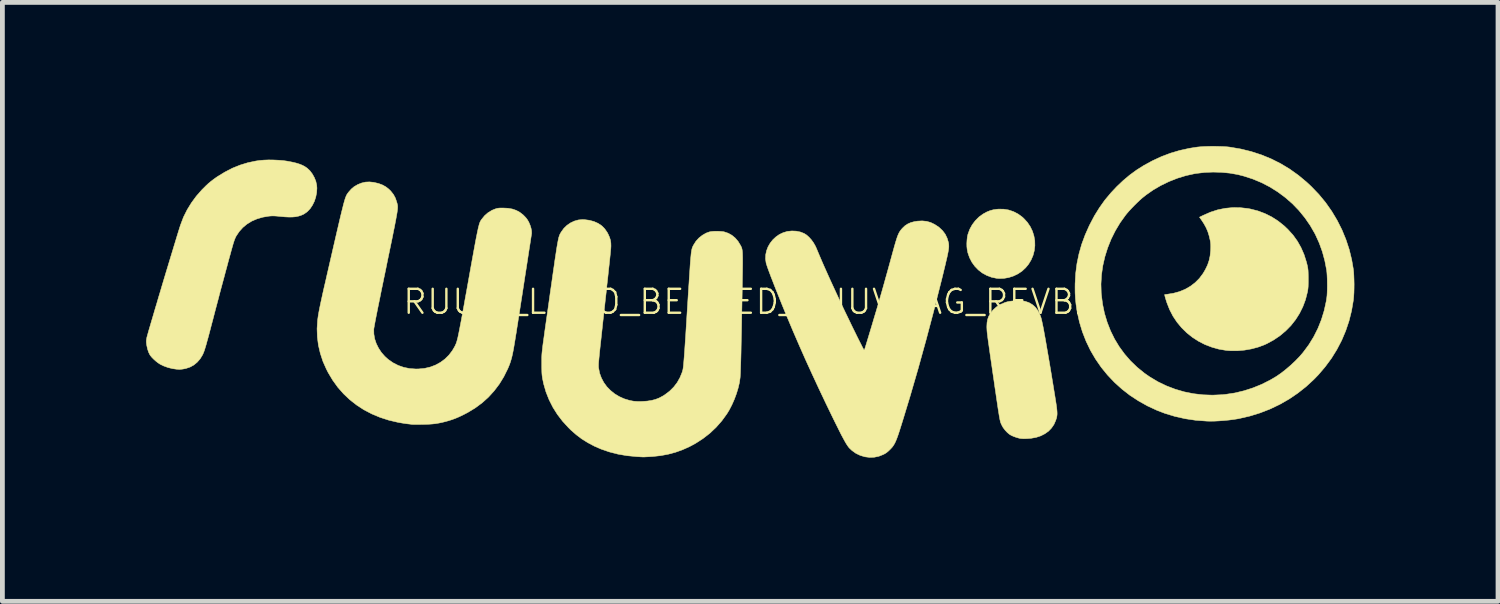
<source format=kicad_pcb>
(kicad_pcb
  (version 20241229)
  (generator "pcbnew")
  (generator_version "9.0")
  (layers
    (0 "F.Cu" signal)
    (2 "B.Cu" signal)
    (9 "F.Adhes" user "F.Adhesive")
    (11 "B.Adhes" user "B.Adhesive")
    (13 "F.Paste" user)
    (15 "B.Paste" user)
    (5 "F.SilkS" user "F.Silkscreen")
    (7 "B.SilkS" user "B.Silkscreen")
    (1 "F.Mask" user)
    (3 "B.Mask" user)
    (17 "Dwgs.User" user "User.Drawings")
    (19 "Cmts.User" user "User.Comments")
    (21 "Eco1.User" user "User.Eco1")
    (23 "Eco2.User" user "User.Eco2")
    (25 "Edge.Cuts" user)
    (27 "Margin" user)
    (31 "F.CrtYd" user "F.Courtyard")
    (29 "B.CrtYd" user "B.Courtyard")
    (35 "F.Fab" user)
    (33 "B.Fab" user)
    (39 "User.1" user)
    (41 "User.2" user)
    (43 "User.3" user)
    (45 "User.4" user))
  (footprint "RUUVI_LOGO_BENDED_RUUVITAG_REVB2"
    (layer "F.Cu")
    (at 12.615 3.251)
    (property "Reference" "RUUVI_LOGO_BENDED_RUUVITAG_REVB2" (at 0 0 0) (layer "F.SilkS") (effects (font (size 0.5 0.5) (thickness 0.05))))
    (attr through_hole)
    (fp_poly (pts (xy 5.289 -1.934) (xy 5.394 -1.917) (xy 5.495 -1.883) (xy 5.59 -1.834) (xy 5.678 -1.77) (xy 5.71 -1.741) (xy 5.785 -1.659) (xy 5.845 -1.57) (xy 5.891 -1.475) (xy 5.922 -1.376) (xy 5.94 -1.275) (xy 5.942 -1.172) (xy 5.93 -1.069) (xy 5.904 -0.969) (xy 5.863 -0.873) (xy 5.807 -0.781) (xy 5.748 -0.71) (xy 5.674 -0.641) (xy 5.589 -0.584) (xy 5.496 -0.539) (xy 5.397 -0.507) (xy 5.296 -0.489) (xy 5.194 -0.486) (xy 5.139 -0.491) (xy 5.033 -0.514) (xy 4.934 -0.552) (xy 4.842 -0.603) (xy 4.76 -0.667) (xy 4.687 -0.743) (xy 4.626 -0.828) (xy 4.577 -0.923) (xy 4.542 -1.025) (xy 4.528 -1.096) (xy 4.522 -1.153) (xy 4.521 -1.22) (xy 4.525 -1.289) (xy 4.532 -1.354) (xy 4.544 -1.41) (xy 4.545 -1.412) (xy 4.582 -1.514) (xy 4.634 -1.609) (xy 4.699 -1.695) (xy 4.775 -1.771) (xy 4.862 -1.834) (xy 4.937 -1.875) (xy 5.006 -1.903) (xy 5.072 -1.921) (xy 5.145 -1.932) (xy 5.181 -1.935) (xy 5.289 -1.934)) (stroke (width 0.01) (type solid)) (fill yes) (layer "F.SilkS"))
    (fp_poly (pts (xy 10.231 -1.965) (xy 10.392 -1.947) (xy 10.444 -1.937) (xy 10.597 -1.898) (xy 10.744 -1.843) (xy 10.885 -1.773) (xy 11.018 -1.688) (xy 11.145 -1.587) (xy 11.224 -1.512) (xy 11.331 -1.394) (xy 11.423 -1.266) (xy 11.5 -1.129) (xy 11.563 -0.984) (xy 11.612 -0.829) (xy 11.631 -0.753) (xy 11.637 -0.721) (xy 11.642 -0.69) (xy 11.646 -0.657) (xy 11.648 -0.62) (xy 11.649 -0.575) (xy 11.65 -0.519) (xy 11.65 -0.478) (xy 11.65 -0.413) (xy 11.649 -0.361) (xy 11.648 -0.32) (xy 11.645 -0.284) (xy 11.641 -0.252) (xy 11.636 -0.219) (xy 11.631 -0.197) (xy 11.592 -0.044) (xy 11.537 0.103) (xy 11.468 0.242) (xy 11.385 0.373) (xy 11.289 0.495) (xy 11.18 0.606) (xy 11.06 0.707) (xy 10.929 0.796) (xy 10.788 0.873) (xy 10.731 0.899) (xy 10.601 0.947) (xy 10.462 0.984) (xy 10.318 1.009) (xy 10.173 1.022) (xy 10.031 1.022) (xy 9.939 1.015) (xy 9.784 0.989) (xy 9.635 0.947) (xy 9.492 0.892) (xy 9.356 0.822) (xy 9.229 0.74) (xy 9.112 0.646) (xy 9.005 0.541) (xy 8.909 0.425) (xy 8.825 0.299) (xy 8.755 0.164) (xy 8.699 0.021) (xy 8.697 0.015) (xy 8.683 -0.028) (xy 8.671 -0.068) (xy 8.662 -0.1) (xy 8.656 -0.121) (xy 8.656 -0.124) (xy 8.651 -0.151) (xy 8.699 -0.156) (xy 8.835 -0.178) (xy 8.963 -0.213) (xy 9.081 -0.262) (xy 9.19 -0.325) (xy 9.288 -0.4) (xy 9.376 -0.488) (xy 9.452 -0.589) (xy 9.501 -0.672) (xy 9.547 -0.767) (xy 9.579 -0.861) (xy 9.6 -0.958) (xy 9.611 -1.064) (xy 9.612 -1.088) (xy 9.614 -1.146) (xy 9.613 -1.192) (xy 9.61 -1.231) (xy 9.605 -1.269) (xy 9.603 -1.278) (xy 9.58 -1.377) (xy 9.553 -1.464) (xy 9.519 -1.544) (xy 9.476 -1.623) (xy 9.433 -1.69) (xy 9.379 -1.767) (xy 9.459 -1.806) (xy 9.61 -1.872) (xy 9.762 -1.921) (xy 9.917 -1.952) (xy 10.073 -1.967) (xy 10.231 -1.965)) (stroke (width 0.01) (type solid)) (fill yes) (layer "F.SilkS"))
    (fp_poly (pts (xy 5.649 -0.02) (xy 5.7 -0.016) (xy 5.738 -0.01) (xy 5.82 0.018) (xy 5.891 0.06) (xy 5.952 0.114) (xy 6.004 0.183) (xy 6.046 0.265) (xy 6.065 0.315) (xy 6.072 0.339) (xy 6.081 0.371) (xy 6.09 0.413) (xy 6.101 0.465) (xy 6.114 0.527) (xy 6.128 0.6) (xy 6.143 0.685) (xy 6.161 0.782) (xy 6.18 0.892) (xy 6.201 1.015) (xy 6.225 1.153) (xy 6.251 1.305) (xy 6.279 1.473) (xy 6.309 1.657) (xy 6.318 1.71) (xy 6.337 1.828) (xy 6.354 1.93) (xy 6.368 2.019) (xy 6.38 2.095) (xy 6.39 2.16) (xy 6.397 2.214) (xy 6.402 2.26) (xy 6.405 2.299) (xy 6.406 2.332) (xy 6.405 2.36) (xy 6.402 2.385) (xy 6.398 2.408) (xy 6.393 2.43) (xy 6.385 2.453) (xy 6.378 2.475) (xy 6.341 2.56) (xy 6.29 2.635) (xy 6.227 2.701) (xy 6.151 2.755) (xy 6.065 2.799) (xy 5.968 2.831) (xy 5.862 2.85) (xy 5.772 2.857) (xy 5.7 2.858) (xy 5.643 2.854) (xy 5.616 2.849) (xy 5.559 2.833) (xy 5.502 2.813) (xy 5.452 2.791) (xy 5.414 2.769) (xy 5.367 2.73) (xy 5.32 2.68) (xy 5.279 2.626) (xy 5.253 2.579) (xy 5.247 2.566) (xy 5.241 2.554) (xy 5.236 2.543) (xy 5.231 2.531) (xy 5.226 2.517) (xy 5.221 2.5) (xy 5.217 2.481) (xy 5.211 2.457) (xy 5.206 2.427) (xy 5.199 2.391) (xy 5.192 2.348) (xy 5.184 2.297) (xy 5.174 2.237) (xy 5.164 2.167) (xy 5.152 2.087) (xy 5.138 1.994) (xy 5.123 1.888) (xy 5.105 1.769) (xy 5.086 1.635) (xy 5.064 1.486) (xy 5.057 1.439) (xy 5.038 1.304) (xy 5.02 1.184) (xy 5.005 1.079) (xy 4.992 0.987) (xy 4.981 0.908) (xy 4.971 0.84) (xy 4.963 0.781) (xy 4.957 0.732) (xy 4.952 0.69) (xy 4.947 0.655) (xy 4.944 0.625) (xy 4.942 0.6) (xy 4.941 0.578) (xy 4.94 0.558) (xy 4.939 0.539) (xy 4.939 0.519) (xy 4.939 0.512) (xy 4.943 0.435) (xy 4.955 0.368) (xy 4.977 0.306) (xy 5.011 0.246) (xy 5.011 0.245) (xy 5.069 0.171) (xy 5.14 0.107) (xy 5.223 0.055) (xy 5.317 0.015) (xy 5.37 -0.001) (xy 5.413 -0.009) (xy 5.467 -0.016) (xy 5.528 -0.02) (xy 5.59 -0.021) (xy 5.649 -0.02)) (stroke (width 0.01) (type solid)) (fill yes) (layer "F.SilkS"))
    (fp_poly (pts (xy -9.957 -2.961) (xy -9.852 -2.956) (xy -9.751 -2.948) (xy -9.661 -2.935) (xy -9.657 -2.934) (xy -9.563 -2.916) (xy -9.483 -2.897) (xy -9.415 -2.876) (xy -9.357 -2.853) (xy -9.306 -2.827) (xy -9.26 -2.796) (xy -9.254 -2.792) (xy -9.196 -2.738) (xy -9.145 -2.671) (xy -9.103 -2.596) (xy -9.071 -2.517) (xy -9.053 -2.436) (xy -9.048 -2.374) (xy -9.054 -2.278) (xy -9.073 -2.184) (xy -9.102 -2.096) (xy -9.142 -2.016) (xy -9.19 -1.944) (xy -9.247 -1.884) (xy -9.31 -1.838) (xy -9.331 -1.826) (xy -9.382 -1.804) (xy -9.434 -1.788) (xy -9.492 -1.776) (xy -9.556 -1.77) (xy -9.63 -1.769) (xy -9.715 -1.773) (xy -9.814 -1.782) (xy -9.826 -1.783) (xy -9.884 -1.789) (xy -9.93 -1.792) (xy -9.968 -1.793) (xy -10.004 -1.792) (xy -10.041 -1.789) (xy -10.052 -1.788) (xy -10.181 -1.766) (xy -10.3 -1.731) (xy -10.409 -1.684) (xy -10.508 -1.623) (xy -10.595 -1.551) (xy -10.671 -1.466) (xy -10.735 -1.37) (xy -10.739 -1.363) (xy -10.752 -1.335) (xy -10.768 -1.297) (xy -10.783 -1.253) (xy -10.794 -1.219) (xy -10.803 -1.188) (xy -10.816 -1.142) (xy -10.833 -1.082) (xy -10.852 -1.011) (xy -10.875 -0.929) (xy -10.9 -0.838) (xy -10.926 -0.739) (xy -10.955 -0.633) (xy -10.984 -0.523) (xy -11.015 -0.409) (xy -11.046 -0.294) (xy -11.077 -0.178) (xy -11.107 -0.062) (xy -11.137 0.051) (xy -11.166 0.16) (xy -11.193 0.264) (xy -11.214 0.346) (xy -11.247 0.47) (xy -11.275 0.578) (xy -11.3 0.673) (xy -11.322 0.755) (xy -11.342 0.825) (xy -11.358 0.885) (xy -11.373 0.935) (xy -11.386 0.978) (xy -11.397 1.013) (xy -11.408 1.043) (xy -11.418 1.068) (xy -11.427 1.089) (xy -11.434 1.105) (xy -11.485 1.189) (xy -11.546 1.26) (xy -11.617 1.319) (xy -11.697 1.363) (xy -11.786 1.393) (xy -11.844 1.404) (xy -11.877 1.408) (xy -11.905 1.411) (xy -11.922 1.412) (xy -11.924 1.412) (xy -11.941 1.41) (xy -11.967 1.408) (xy -11.976 1.408) (xy -12.066 1.395) (xy -12.158 1.372) (xy -12.245 1.341) (xy -12.323 1.303) (xy -12.326 1.301) (xy -12.368 1.273) (xy -12.414 1.237) (xy -12.458 1.197) (xy -12.498 1.156) (xy -12.528 1.119) (xy -12.534 1.11) (xy -12.562 1.054) (xy -12.585 0.985) (xy -12.602 0.905) (xy -12.604 0.891) (xy -12.609 0.852) (xy -12.61 0.82) (xy -12.607 0.789) (xy -12.6 0.749) (xy -12.6 0.748) (xy -12.595 0.729) (xy -12.586 0.696) (xy -12.573 0.649) (xy -12.556 0.589) (xy -12.535 0.518) (xy -12.511 0.436) (xy -12.484 0.345) (xy -12.455 0.246) (xy -12.424 0.14) (xy -12.39 0.028) (xy -12.356 -0.089) (xy -12.32 -0.208) (xy -12.284 -0.33) (xy -12.247 -0.454) (xy -12.21 -0.577) (xy -12.173 -0.699) (xy -12.137 -0.818) (xy -12.102 -0.934) (xy -12.068 -1.045) (xy -12.036 -1.151) (xy -12.006 -1.249) (xy -11.979 -1.339) (xy -11.954 -1.42) (xy -11.932 -1.491) (xy -11.914 -1.549) (xy -11.899 -1.595) (xy -11.893 -1.612) (xy -11.834 -1.768) (xy -11.758 -1.92) (xy -11.668 -2.067) (xy -11.565 -2.207) (xy -11.45 -2.338) (xy -11.426 -2.362) (xy -11.365 -2.423) (xy -11.31 -2.474) (xy -11.256 -2.518) (xy -11.2 -2.561) (xy -11.138 -2.605) (xy -11.126 -2.613) (xy -10.969 -2.709) (xy -10.812 -2.79) (xy -10.653 -2.854) (xy -10.49 -2.904) (xy -10.323 -2.939) (xy -10.248 -2.95) (xy -10.16 -2.958) (xy -10.061 -2.962) (xy -9.957 -2.961)) (stroke (width 0.01) (type solid)) (fill yes) (layer "F.SilkS"))
    (fp_poly (pts (xy 3.68 -1.68) (xy 3.766 -1.656) (xy 3.849 -1.616) (xy 3.933 -1.561) (xy 3.946 -1.55) (xy 4.015 -1.485) (xy 4.07 -1.412) (xy 4.11 -1.329) (xy 4.136 -1.243) (xy 4.14 -1.223) (xy 4.143 -1.204) (xy 4.144 -1.183) (xy 4.145 -1.161) (xy 4.144 -1.136) (xy 4.141 -1.107) (xy 4.136 -1.073) (xy 4.129 -1.032) (xy 4.119 -0.984) (xy 4.107 -0.927) (xy 4.091 -0.86) (xy 4.073 -0.781) (xy 4.051 -0.691) (xy 4.026 -0.587) (xy 3.997 -0.469) (xy 3.978 -0.394) (xy 3.827 0.205) (xy 3.669 0.801) (xy 3.506 1.39) (xy 3.338 1.968) (xy 3.203 2.412) (xy 3.169 2.522) (xy 3.139 2.618) (xy 3.113 2.7) (xy 3.09 2.77) (xy 3.069 2.829) (xy 3.05 2.879) (xy 3.032 2.921) (xy 3.015 2.956) (xy 2.997 2.987) (xy 2.98 3.013) (xy 2.961 3.038) (xy 2.94 3.061) (xy 2.917 3.085) (xy 2.916 3.086) (xy 2.878 3.122) (xy 2.845 3.149) (xy 2.811 3.171) (xy 2.776 3.189) (xy 2.685 3.225) (xy 2.59 3.245) (xy 2.493 3.249) (xy 2.398 3.237) (xy 2.395 3.237) (xy 2.295 3.207) (xy 2.205 3.164) (xy 2.124 3.106) (xy 2.069 3.054) (xy 2.052 3.034) (xy 2.034 3.009) (xy 2.014 2.979) (xy 1.991 2.942) (xy 1.966 2.897) (xy 1.937 2.844) (xy 1.903 2.781) (xy 1.865 2.706) (xy 1.822 2.619) (xy 1.772 2.519) (xy 1.732 2.438) (xy 1.577 2.118) (xy 1.431 1.81) (xy 1.291 1.509) (xy 1.156 1.213) (xy 1.026 0.919) (xy 0.898 0.624) (xy 0.774 0.329) (xy 0.726 0.214) (xy 0.679 0.1) (xy 0.633 -0.014) (xy 0.589 -0.125) (xy 0.546 -0.232) (xy 0.505 -0.335) (xy 0.468 -0.431) (xy 0.433 -0.52) (xy 0.403 -0.6) (xy 0.377 -0.67) (xy 0.356 -0.729) (xy 0.341 -0.775) (xy 0.331 -0.807) (xy 0.33 -0.813) (xy 0.318 -0.898) (xy 0.322 -0.983) (xy 0.34 -1.067) (xy 0.371 -1.148) (xy 0.415 -1.224) (xy 0.469 -1.293) (xy 0.534 -1.354) (xy 0.606 -1.405) (xy 0.686 -1.443) (xy 0.773 -1.469) (xy 0.779 -1.47) (xy 0.869 -1.479) (xy 0.96 -1.475) (xy 1.047 -1.457) (xy 1.126 -1.426) (xy 1.127 -1.425) (xy 1.177 -1.393) (xy 1.228 -1.347) (xy 1.278 -1.291) (xy 1.322 -1.229) (xy 1.36 -1.162) (xy 1.376 -1.127) (xy 1.415 -1.034) (xy 1.455 -0.94) (xy 1.496 -0.844) (xy 1.54 -0.743) (xy 1.588 -0.636) (xy 1.639 -0.522) (xy 1.695 -0.399) (xy 1.757 -0.265) (xy 1.825 -0.118) (xy 1.87 -0.021) (xy 1.906 0.055) (xy 1.944 0.136) (xy 1.984 0.22) (xy 2.026 0.306) (xy 2.068 0.393) (xy 2.109 0.479) (xy 2.15 0.563) (xy 2.19 0.644) (xy 2.227 0.72) (xy 2.262 0.79) (xy 2.294 0.853) (xy 2.321 0.906) (xy 2.343 0.95) (xy 2.361 0.982) (xy 2.372 1.002) (xy 2.376 1.007) (xy 2.382 1) (xy 2.391 0.98) (xy 2.4 0.952) (xy 2.401 0.95) (xy 2.453 0.779) (xy 2.501 0.62) (xy 2.546 0.471) (xy 2.588 0.329) (xy 2.629 0.193) (xy 2.668 0.06) (xy 2.706 -0.073) (xy 2.745 -0.207) (xy 2.784 -0.345) (xy 2.824 -0.489) (xy 2.867 -0.642) (xy 2.912 -0.805) (xy 2.96 -0.981) (xy 2.987 -1.079) (xy 3.012 -1.169) (xy 3.034 -1.244) (xy 3.053 -1.306) (xy 3.07 -1.357) (xy 3.087 -1.4) (xy 3.103 -1.435) (xy 3.12 -1.465) (xy 3.139 -1.492) (xy 3.16 -1.518) (xy 3.174 -1.534) (xy 3.228 -1.586) (xy 3.287 -1.625) (xy 3.352 -1.654) (xy 3.427 -1.674) (xy 3.492 -1.684) (xy 3.589 -1.689) (xy 3.68 -1.68)) (stroke (width 0.01) (type solid)) (fill yes) (layer "F.SilkS"))
    (fp_poly (pts (xy 9.726 -3.245) (xy 9.812 -3.243) (xy 9.893 -3.24) (xy 9.963 -3.235) (xy 10.008 -3.23) (xy 10.237 -3.191) (xy 10.458 -3.137) (xy 10.671 -3.068) (xy 10.876 -2.984) (xy 11.073 -2.885) (xy 11.262 -2.771) (xy 11.443 -2.642) (xy 11.616 -2.498) (xy 11.714 -2.406) (xy 11.87 -2.244) (xy 12.012 -2.072) (xy 12.14 -1.89) (xy 12.253 -1.701) (xy 12.352 -1.505) (xy 12.436 -1.301) (xy 12.505 -1.092) (xy 12.557 -0.878) (xy 12.591 -0.681) (xy 12.598 -0.618) (xy 12.602 -0.542) (xy 12.605 -0.458) (xy 12.607 -0.369) (xy 12.606 -0.279) (xy 12.604 -0.192) (xy 12.599 -0.113) (xy 12.593 -0.046) (xy 12.591 -0.03) (xy 12.554 0.188) (xy 12.501 0.4) (xy 12.432 0.605) (xy 12.348 0.804) (xy 12.248 0.996) (xy 12.134 1.18) (xy 12.004 1.356) (xy 11.86 1.525) (xy 11.766 1.622) (xy 11.603 1.772) (xy 11.429 1.909) (xy 11.246 2.033) (xy 11.053 2.143) (xy 10.852 2.239) (xy 10.644 2.32) (xy 10.43 2.386) (xy 10.209 2.437) (xy 10.185 2.442) (xy 10.095 2.456) (xy 9.996 2.469) (xy 9.891 2.479) (xy 9.786 2.487) (xy 9.685 2.492) (xy 9.592 2.493) (xy 9.53 2.491) (xy 9.301 2.474) (xy 9.08 2.441) (xy 8.866 2.393) (xy 8.658 2.33) (xy 8.493 2.267) (xy 8.294 2.175) (xy 8.105 2.069) (xy 7.926 1.952) (xy 7.759 1.822) (xy 7.603 1.681) (xy 7.459 1.529) (xy 7.327 1.367) (xy 7.209 1.196) (xy 7.103 1.015) (xy 7.012 0.826) (xy 6.935 0.629) (xy 6.873 0.425) (xy 6.826 0.215) (xy 6.819 0.174) (xy 6.801 0.051) (xy 6.789 -0.065) (xy 6.782 -0.183) (xy 6.781 -0.308) (xy 6.782 -0.372) (xy 7.322 -0.372) (xy 7.327 -0.182) (xy 7.33 -0.152) (xy 7.355 0.047) (xy 7.395 0.24) (xy 7.451 0.426) (xy 7.521 0.605) (xy 7.605 0.776) (xy 7.703 0.938) (xy 7.815 1.091) (xy 7.94 1.235) (xy 8.078 1.368) (xy 8.228 1.49) (xy 8.342 1.569) (xy 8.511 1.67) (xy 8.688 1.755) (xy 8.871 1.825) (xy 9.059 1.88) (xy 9.253 1.919) (xy 9.45 1.942) (xy 9.651 1.949) (xy 9.856 1.94) (xy 9.923 1.933) (xy 10.116 1.904) (xy 10.308 1.858) (xy 10.497 1.797) (xy 10.681 1.722) (xy 10.857 1.633) (xy 10.981 1.56) (xy 11.08 1.492) (xy 11.182 1.412) (xy 11.284 1.325) (xy 11.382 1.233) (xy 11.471 1.141) (xy 11.542 1.058) (xy 11.661 0.898) (xy 11.764 0.73) (xy 11.852 0.555) (xy 11.925 0.372) (xy 11.983 0.182) (xy 12.026 -0.015) (xy 12.037 -0.089) (xy 12.042 -0.134) (xy 12.045 -0.192) (xy 12.047 -0.259) (xy 12.048 -0.333) (xy 12.047 -0.408) (xy 12.046 -0.482) (xy 12.043 -0.551) (xy 12.039 -0.611) (xy 12.034 -0.658) (xy 12.033 -0.663) (xy 11.995 -0.859) (xy 11.944 -1.047) (xy 11.879 -1.227) (xy 11.8 -1.401) (xy 11.79 -1.421) (xy 11.691 -1.593) (xy 11.579 -1.755) (xy 11.455 -1.907) (xy 11.319 -2.048) (xy 11.171 -2.177) (xy 11.014 -2.294) (xy 10.848 -2.398) (xy 10.674 -2.488) (xy 10.492 -2.564) (xy 10.303 -2.625) (xy 10.178 -2.657) (xy 10.013 -2.686) (xy 9.84 -2.703) (xy 9.664 -2.708) (xy 9.489 -2.701) (xy 9.318 -2.681) (xy 9.273 -2.674) (xy 9.093 -2.634) (xy 8.914 -2.579) (xy 8.74 -2.51) (xy 8.571 -2.428) (xy 8.41 -2.334) (xy 8.26 -2.229) (xy 8.185 -2.169) (xy 8.135 -2.125) (xy 8.08 -2.073) (xy 8.022 -2.016) (xy 7.965 -1.957) (xy 7.911 -1.899) (xy 7.865 -1.846) (xy 7.836 -1.81) (xy 7.721 -1.65) (xy 7.62 -1.481) (xy 7.533 -1.306) (xy 7.461 -1.125) (xy 7.403 -0.94) (xy 7.36 -0.752) (xy 7.333 -0.562) (xy 7.322 -0.372) (xy 6.782 -0.372) (xy 6.782 -0.379) (xy 6.794 -0.593) (xy 6.821 -0.8) (xy 6.863 -1.001) (xy 6.919 -1.2) (xy 6.992 -1.397) (xy 7.08 -1.595) (xy 7.089 -1.612) (xy 7.185 -1.795) (xy 7.29 -1.964) (xy 7.403 -2.123) (xy 7.529 -2.274) (xy 7.651 -2.404) (xy 7.786 -2.532) (xy 7.922 -2.646) (xy 8.064 -2.75) (xy 8.214 -2.845) (xy 8.377 -2.934) (xy 8.4 -2.946) (xy 8.586 -3.032) (xy 8.774 -3.103) (xy 8.966 -3.16) (xy 9.166 -3.204) (xy 9.331 -3.23) (xy 9.392 -3.236) (xy 9.466 -3.241) (xy 9.549 -3.244) (xy 9.637 -3.246) (xy 9.726 -3.245)) (stroke (width 0.01) (type solid)) (fill yes) (layer "F.SilkS"))
    (fp_poly (pts (xy -3.47 -1.716) (xy -3.361 -1.702) (xy -3.264 -1.676) (xy -3.178 -1.638) (xy -3.103 -1.588) (xy -3.04 -1.525) (xy -2.987 -1.449) (xy -2.968 -1.413) (xy -2.939 -1.348) (xy -2.92 -1.288) (xy -2.911 -1.229) (xy -2.909 -1.163) (xy -2.912 -1.109) (xy -2.915 -1.081) (xy -2.918 -1.047) (xy -2.922 -1.005) (xy -2.927 -0.956) (xy -2.933 -0.899) (xy -2.94 -0.833) (xy -2.948 -0.756) (xy -2.958 -0.67) (xy -2.968 -0.572) (xy -2.98 -0.462) (xy -2.994 -0.339) (xy -3.008 -0.203) (xy -3.025 -0.053) (xy -3.043 0.112) (xy -3.063 0.293) (xy -3.078 0.423) (xy -3.093 0.565) (xy -3.107 0.691) (xy -3.119 0.802) (xy -3.13 0.899) (xy -3.139 0.984) (xy -3.147 1.057) (xy -3.153 1.12) (xy -3.158 1.172) (xy -3.162 1.217) (xy -3.166 1.253) (xy -3.168 1.284) (xy -3.169 1.308) (xy -3.169 1.329) (xy -3.169 1.346) (xy -3.169 1.36) (xy -3.168 1.373) (xy -3.166 1.384) (xy -3.146 1.49) (xy -3.109 1.59) (xy -3.059 1.685) (xy -2.996 1.772) (xy -2.92 1.85) (xy -2.834 1.92) (xy -2.738 1.978) (xy -2.634 2.025) (xy -2.522 2.059) (xy -2.446 2.074) (xy -2.406 2.078) (xy -2.353 2.081) (xy -2.291 2.081) (xy -2.251 2.08) (xy -2.15 2.073) (xy -2.06 2.059) (xy -1.979 2.038) (xy -1.902 2.008) (xy -1.827 1.968) (xy -1.784 1.941) (xy -1.686 1.867) (xy -1.599 1.781) (xy -1.526 1.686) (xy -1.467 1.581) (xy -1.422 1.47) (xy -1.409 1.424) (xy -1.406 1.411) (xy -1.403 1.394) (xy -1.4 1.371) (xy -1.396 1.342) (xy -1.393 1.307) (xy -1.389 1.264) (xy -1.385 1.213) (xy -1.38 1.153) (xy -1.375 1.084) (xy -1.369 1.003) (xy -1.363 0.911) (xy -1.356 0.808) (xy -1.348 0.691) (xy -1.34 0.56) (xy -1.331 0.415) (xy -1.321 0.255) (xy -1.31 0.079) (xy -1.308 0.05) (xy -1.298 -0.111) (xy -1.289 -0.256) (xy -1.28 -0.386) (xy -1.273 -0.502) (xy -1.266 -0.604) (xy -1.26 -0.695) (xy -1.255 -0.774) (xy -1.25 -0.842) (xy -1.245 -0.901) (xy -1.24 -0.951) (xy -1.236 -0.994) (xy -1.232 -1.029) (xy -1.227 -1.059) (xy -1.223 -1.084) (xy -1.218 -1.104) (xy -1.213 -1.122) (xy -1.208 -1.137) (xy -1.202 -1.151) (xy -1.195 -1.165) (xy -1.188 -1.179) (xy -1.182 -1.189) (xy -1.134 -1.265) (xy -1.073 -1.332) (xy -1.001 -1.389) (xy -0.923 -1.434) (xy -0.855 -1.459) (xy -0.82 -1.466) (xy -0.773 -1.471) (xy -0.719 -1.473) (xy -0.662 -1.472) (xy -0.609 -1.469) (xy -0.563 -1.464) (xy -0.544 -1.46) (xy -0.461 -1.432) (xy -0.384 -1.389) (xy -0.315 -1.332) (xy -0.255 -1.262) (xy -0.205 -1.18) (xy -0.204 -1.179) (xy -0.196 -1.163) (xy -0.189 -1.149) (xy -0.183 -1.136) (xy -0.178 -1.121) (xy -0.174 -1.105) (xy -0.17 -1.087) (xy -0.167 -1.064) (xy -0.164 -1.037) (xy -0.162 -1.003) (xy -0.161 -0.963) (xy -0.16 -0.915) (xy -0.16 -0.858) (xy -0.16 -0.791) (xy -0.161 -0.714) (xy -0.162 -0.624) (xy -0.164 -0.521) (xy -0.166 -0.404) (xy -0.168 -0.272) (xy -0.17 -0.157) (xy -0.174 0.065) (xy -0.178 0.27) (xy -0.181 0.459) (xy -0.184 0.631) (xy -0.188 0.789) (xy -0.191 0.931) (xy -0.193 1.059) (xy -0.196 1.172) (xy -0.199 1.271) (xy -0.202 1.357) (xy -0.204 1.429) (xy -0.206 1.489) (xy -0.209 1.536) (xy -0.211 1.57) (xy -0.212 1.583) (xy -0.227 1.689) (xy -0.254 1.803) (xy -0.29 1.921) (xy -0.334 2.039) (xy -0.385 2.154) (xy -0.441 2.262) (xy -0.489 2.34) (xy -0.595 2.486) (xy -0.714 2.621) (xy -0.845 2.745) (xy -0.988 2.856) (xy -1.141 2.955) (xy -1.273 3.026) (xy -1.419 3.091) (xy -1.565 3.143) (xy -1.715 3.183) (xy -1.871 3.212) (xy -2.037 3.23) (xy -2.087 3.233) (xy -2.136 3.236) (xy -2.18 3.238) (xy -2.215 3.24) (xy -2.239 3.24) (xy -2.247 3.24) (xy -2.262 3.239) (xy -2.289 3.238) (xy -2.326 3.235) (xy -2.369 3.233) (xy -2.377 3.232) (xy -2.575 3.213) (xy -2.766 3.18) (xy -2.948 3.133) (xy -3.121 3.073) (xy -3.258 3.013) (xy -3.393 2.941) (xy -3.517 2.864) (xy -3.632 2.777) (xy -3.744 2.679) (xy -3.792 2.632) (xy -3.916 2.497) (xy -4.026 2.354) (xy -4.121 2.203) (xy -4.201 2.045) (xy -4.266 1.881) (xy -4.315 1.711) (xy -4.33 1.638) (xy -4.338 1.6) (xy -4.343 1.567) (xy -4.347 1.536) (xy -4.35 1.504) (xy -4.352 1.467) (xy -4.353 1.422) (xy -4.354 1.367) (xy -4.354 1.299) (xy -4.354 1.266) (xy -4.354 1.236) (xy -4.354 1.209) (xy -4.354 1.184) (xy -4.354 1.16) (xy -4.353 1.135) (xy -4.352 1.109) (xy -4.35 1.081) (xy -4.347 1.049) (xy -4.343 1.013) (xy -4.338 0.972) (xy -4.333 0.925) (xy -4.326 0.871) (xy -4.317 0.808) (xy -4.307 0.736) (xy -4.296 0.654) (xy -4.283 0.561) (xy -4.268 0.456) (xy -4.251 0.337) (xy -4.232 0.204) (xy -4.211 0.057) (xy -4.197 -0.042) (xy -4.173 -0.215) (xy -4.15 -0.372) (xy -4.13 -0.514) (xy -4.112 -0.642) (xy -4.095 -0.756) (xy -4.081 -0.858) (xy -4.067 -0.948) (xy -4.055 -1.027) (xy -4.045 -1.096) (xy -4.035 -1.156) (xy -4.026 -1.207) (xy -4.018 -1.251) (xy -4.011 -1.288) (xy -4.004 -1.319) (xy -3.998 -1.345) (xy -3.991 -1.366) (xy -3.985 -1.385) (xy -3.979 -1.4) (xy -3.972 -1.415) (xy -3.965 -1.428) (xy -3.957 -1.441) (xy -3.949 -1.454) (xy -3.947 -1.458) (xy -3.893 -1.533) (xy -3.828 -1.596) (xy -3.754 -1.647) (xy -3.674 -1.685) (xy -3.589 -1.709) (xy -3.501 -1.717) (xy -3.47 -1.716)) (stroke (width 0.01) (type solid)) (fill yes) (layer "F.SilkS"))
    (fp_poly (pts (xy -7.863 -2.494) (xy -7.855 -2.492) (xy -7.761 -2.47) (xy -7.681 -2.44) (xy -7.61 -2.401) (xy -7.546 -2.351) (xy -7.505 -2.31) (xy -7.451 -2.242) (xy -7.41 -2.166) (xy -7.381 -2.08) (xy -7.38 -2.077) (xy -7.376 -2.062) (xy -7.372 -2.048) (xy -7.369 -2.035) (xy -7.366 -2.021) (xy -7.364 -2.007) (xy -7.363 -1.991) (xy -7.363 -1.973) (xy -7.364 -1.951) (xy -7.366 -1.926) (xy -7.37 -1.896) (xy -7.375 -1.86) (xy -7.382 -1.818) (xy -7.391 -1.769) (xy -7.401 -1.712) (xy -7.414 -1.646) (xy -7.428 -1.571) (xy -7.446 -1.485) (xy -7.465 -1.389) (xy -7.487 -1.28) (xy -7.512 -1.16) (xy -7.54 -1.025) (xy -7.571 -0.877) (xy -7.604 -0.713) (xy -7.641 -0.534) (xy -7.644 -0.521) (xy -7.674 -0.375) (xy -7.703 -0.236) (xy -7.729 -0.105) (xy -7.754 0.017) (xy -7.777 0.129) (xy -7.797 0.231) (xy -7.815 0.321) (xy -7.83 0.399) (xy -7.842 0.464) (xy -7.851 0.515) (xy -7.858 0.551) (xy -7.86 0.572) (xy -7.861 0.573) (xy -7.859 0.673) (xy -7.842 0.774) (xy -7.809 0.872) (xy -7.762 0.967) (xy -7.702 1.058) (xy -7.629 1.141) (xy -7.559 1.204) (xy -7.458 1.274) (xy -7.35 1.329) (xy -7.235 1.369) (xy -7.112 1.394) (xy -6.984 1.403) (xy -6.923 1.402) (xy -6.799 1.39) (xy -6.68 1.362) (xy -6.57 1.32) (xy -6.468 1.264) (xy -6.375 1.195) (xy -6.293 1.114) (xy -6.221 1.02) (xy -6.17 0.932) (xy -6.162 0.916) (xy -6.155 0.9) (xy -6.148 0.885) (xy -6.141 0.869) (xy -6.135 0.85) (xy -6.128 0.83) (xy -6.121 0.805) (xy -6.114 0.777) (xy -6.105 0.743) (xy -6.097 0.704) (xy -6.087 0.657) (xy -6.076 0.603) (xy -6.064 0.54) (xy -6.05 0.468) (xy -6.034 0.385) (xy -6.017 0.292) (xy -5.998 0.186) (xy -5.976 0.068) (xy -5.953 -0.064) (xy -5.926 -0.21) (xy -5.897 -0.372) (xy -5.878 -0.478) (xy -5.849 -0.64) (xy -5.823 -0.786) (xy -5.799 -0.917) (xy -5.778 -1.034) (xy -5.759 -1.137) (xy -5.742 -1.229) (xy -5.727 -1.309) (xy -5.713 -1.379) (xy -5.701 -1.439) (xy -5.69 -1.49) (xy -5.681 -1.534) (xy -5.672 -1.57) (xy -5.664 -1.6) (xy -5.657 -1.626) (xy -5.65 -1.646) (xy -5.643 -1.664) (xy -5.636 -1.679) (xy -5.629 -1.692) (xy -5.621 -1.704) (xy -5.613 -1.717) (xy -5.61 -1.72) (xy -5.549 -1.796) (xy -5.476 -1.86) (xy -5.394 -1.91) (xy -5.331 -1.936) (xy -5.302 -1.946) (xy -5.276 -1.952) (xy -5.248 -1.956) (xy -5.214 -1.958) (xy -5.168 -1.958) (xy -5.163 -1.958) (xy -5.06 -1.953) (xy -4.968 -1.937) (xy -4.887 -1.909) (xy -4.813 -1.869) (xy -4.744 -1.816) (xy -4.722 -1.794) (xy -4.683 -1.753) (xy -4.654 -1.714) (xy -4.629 -1.672) (xy -4.622 -1.658) (xy -4.597 -1.599) (xy -4.578 -1.539) (xy -4.567 -1.483) (xy -4.565 -1.435) (xy -4.566 -1.422) (xy -4.569 -1.405) (xy -4.574 -1.372) (xy -4.581 -1.326) (xy -4.59 -1.266) (xy -4.601 -1.195) (xy -4.614 -1.114) (xy -4.628 -1.023) (xy -4.643 -0.925) (xy -4.659 -0.82) (xy -4.676 -0.711) (xy -4.694 -0.597) (xy -4.712 -0.481) (xy -4.73 -0.363) (xy -4.748 -0.246) (xy -4.766 -0.129) (xy -4.784 -0.016) (xy -4.801 0.094) (xy -4.817 0.199) (xy -4.833 0.297) (xy -4.847 0.388) (xy -4.859 0.47) (xy -4.871 0.541) (xy -4.88 0.601) (xy -4.887 0.648) (xy -4.893 0.681) (xy -4.893 0.681) (xy -4.911 0.793) (xy -4.927 0.89) (xy -4.941 0.973) (xy -4.955 1.046) (xy -4.968 1.108) (xy -4.981 1.164) (xy -4.995 1.213) (xy -5.009 1.259) (xy -5.024 1.302) (xy -5.041 1.345) (xy -5.06 1.39) (xy -5.065 1.401) (xy -5.147 1.566) (xy -5.241 1.719) (xy -5.348 1.86) (xy -5.466 1.99) (xy -5.597 2.108) (xy -5.741 2.215) (xy -5.897 2.31) (xy -5.997 2.362) (xy -6.081 2.402) (xy -6.156 2.434) (xy -6.227 2.46) (xy -6.299 2.483) (xy -6.368 2.502) (xy -6.44 2.52) (xy -6.506 2.533) (xy -6.569 2.544) (xy -6.634 2.551) (xy -6.704 2.556) (xy -6.785 2.559) (xy -6.839 2.56) (xy -6.897 2.561) (xy -6.95 2.561) (xy -6.996 2.561) (xy -7.033 2.561) (xy -7.056 2.56) (xy -7.063 2.56) (xy -7.083 2.557) (xy -7.114 2.553) (xy -7.151 2.549) (xy -7.169 2.547) (xy -7.211 2.541) (xy -7.262 2.533) (xy -7.316 2.524) (xy -7.355 2.517) (xy -7.547 2.472) (xy -7.73 2.413) (xy -7.904 2.34) (xy -8.067 2.255) (xy -8.219 2.156) (xy -8.361 2.045) (xy -8.491 1.922) (xy -8.611 1.786) (xy -8.718 1.638) (xy -8.813 1.479) (xy -8.849 1.409) (xy -8.922 1.245) (xy -8.977 1.077) (xy -9.017 0.907) (xy -9.039 0.735) (xy -9.045 0.561) (xy -9.034 0.386) (xy -9.022 0.3) (xy -9.017 0.268) (xy -9.011 0.233) (xy -9.004 0.196) (xy -8.996 0.155) (xy -8.987 0.109) (xy -8.976 0.057) (xy -8.964 -0.001) (xy -8.949 -0.068) (xy -8.933 -0.143) (xy -8.914 -0.228) (xy -8.892 -0.324) (xy -8.867 -0.431) (xy -8.84 -0.551) (xy -8.809 -0.685) (xy -8.775 -0.833) (xy -8.739 -0.99) (xy -8.701 -1.155) (xy -8.667 -1.303) (xy -8.636 -1.437) (xy -8.608 -1.557) (xy -8.583 -1.664) (xy -8.561 -1.758) (xy -8.541 -1.841) (xy -8.523 -1.914) (xy -8.507 -1.977) (xy -8.494 -2.031) (xy -8.481 -2.077) (xy -8.47 -2.116) (xy -8.46 -2.149) (xy -8.451 -2.176) (xy -8.442 -2.198) (xy -8.434 -2.217) (xy -8.426 -2.233) (xy -8.418 -2.247) (xy -8.409 -2.26) (xy -8.4 -2.272) (xy -8.39 -2.285) (xy -8.384 -2.293) (xy -8.33 -2.354) (xy -8.272 -2.403) (xy -8.204 -2.443) (xy -8.198 -2.447) (xy -8.115 -2.48) (xy -8.035 -2.499) (xy -7.952 -2.503) (xy -7.863 -2.494)) (stroke (width 0.01) (type solid)) (fill yes) (layer "F.SilkS")))
  (gr_rect
    (start -3 -3)
    (end 28.227 9.505)
    (stroke (width 0.1) (type default))
    (fill no)
    (layer "Edge.Cuts")))
</source>
